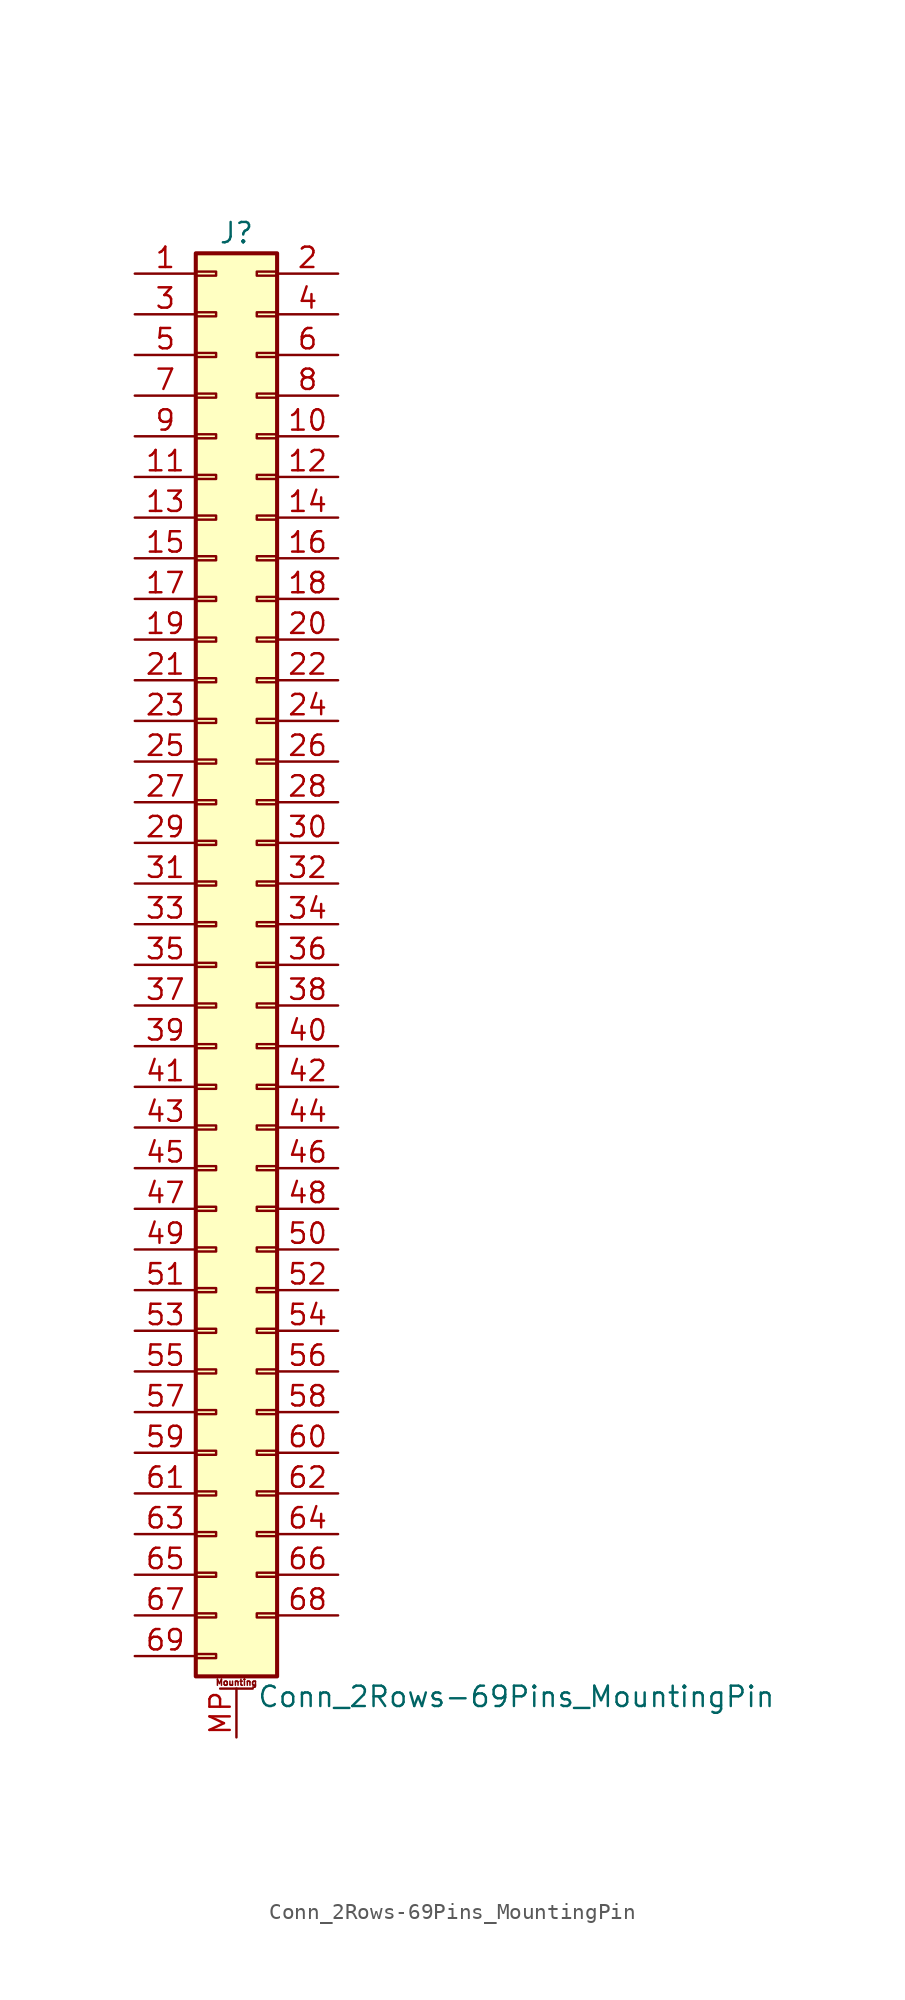
<source format=kicad_sym>
(kicad_symbol_lib
  (version 20201005)
  (generator kicad_symbol_editor)
  (symbol "Connector_Generic_MountingPin:Conn_2Rows-69Pins_MountingPin"
    (pin_names
      (offset 1.016) hide)
    (property "Reference" "J"
      (at 1.27 45.72 0)
      (effects (font (size 1.27 1.27))))
    (property "Value" "Conn_2Rows-69Pins_MountingPin"
      (at 2.54 -45.72 0)
      (effects (font (size 1.27 1.27)) (justify left)))
    (symbol "Conn_2Rows-69Pins_MountingPin_1_1"
      (text "Mounting" (at 1.27 -44.831 0) (effects (font (size 0.381 0.381))))
      (rectangle (start -1.27 -27.813) (end 0 -28.067) (stroke (width 0.152)) (fill (type none)))
      (rectangle (start -1.27 -30.353) (end 0 -30.607) (stroke (width 0.152)) (fill (type none)))
      (rectangle (start -1.27 -32.893) (end 0 -33.147) (stroke (width 0.152)) (fill (type none)))
      (rectangle (start -1.27 -35.433) (end 0 -35.687) (stroke (width 0.152)) (fill (type none)))
      (rectangle (start -1.27 -37.973) (end 0 -38.227) (stroke (width 0.152)) (fill (type none)))
      (rectangle (start -1.27 -40.513) (end 0 -40.767) (stroke (width 0.152)) (fill (type none)))
      (rectangle (start -1.27 -43.053) (end 0 -43.307) (stroke (width 0.152)) (fill (type none)))
      (rectangle (start -1.27 -4.953) (end 0 -5.207) (stroke (width 0.152)) (fill (type none)))
      (rectangle (start -1.27 -7.493) (end 0 -7.747) (stroke (width 0.152)) (fill (type none)))
      (rectangle (start -1.27 -10.033) (end 0 -10.287) (stroke (width 0.152)) (fill (type none)))
      (rectangle (start -1.27 -12.573) (end 0 -12.827) (stroke (width 0.152)) (fill (type none)))
      (rectangle (start -1.27 -15.113) (end 0 -15.367) (stroke (width 0.152)) (fill (type none)))
      (rectangle (start -1.27 -17.653) (end 0 -17.907) (stroke (width 0.152)) (fill (type none)))
      (rectangle (start -1.27 -20.193) (end 0 -20.447) (stroke (width 0.152)) (fill (type none)))
      (rectangle (start -1.27 -22.733) (end 0 -22.987) (stroke (width 0.152)) (fill (type none)))
      (rectangle (start -1.27 -2.413) (end 0 -2.667) (stroke (width 0.152)) (fill (type none)))
      (rectangle (start -1.27 -25.273) (end 0 -25.527) (stroke (width 0.152)) (fill (type none)))
      (rectangle (start -1.27 25.527) (end 0 25.273) (stroke (width 0.152)) (fill (type none)))
      (rectangle (start -1.27 2.667) (end 0 2.413) (stroke (width 0.152)) (fill (type none)))
      (rectangle (start -1.27 28.067) (end 0 27.813) (stroke (width 0.152)) (fill (type none)))
      (rectangle (start -1.27 30.607) (end 0 30.353) (stroke (width 0.152)) (fill (type none)))
      (rectangle (start -1.27 33.147) (end 0 32.893) (stroke (width 0.152)) (fill (type none)))
      (rectangle (start -1.27 35.687) (end 0 35.433) (stroke (width 0.152)) (fill (type none)))
      (rectangle (start -1.27 38.227) (end 0 37.973) (stroke (width 0.152)) (fill (type none)))
      (rectangle (start -1.27 40.767) (end 0 40.513) (stroke (width 0.152)) (fill (type none)))
      (rectangle (start -1.27 43.307) (end 0 43.053) (stroke (width 0.152)) (fill (type none)))
      (rectangle (start -1.27 44.45) (end 3.81 -44.45) (stroke (width 0.254)) (fill (type background)))
      (rectangle (start -1.27 5.207) (end 0 4.953) (stroke (width 0.152)) (fill (type none)))
      (rectangle (start -1.27 7.747) (end 0 7.493) (stroke (width 0.152)) (fill (type none)))
      (rectangle (start -1.27 10.287) (end 0 10.033) (stroke (width 0.152)) (fill (type none)))
      (rectangle (start -1.27 0.127) (end 0 -0.127) (stroke (width 0.152)) (fill (type none)))
      (rectangle (start -1.27 12.827) (end 0 12.573) (stroke (width 0.152)) (fill (type none)))
      (rectangle (start -1.27 15.367) (end 0 15.113) (stroke (width 0.152)) (fill (type none)))
      (rectangle (start -1.27 17.907) (end 0 17.653) (stroke (width 0.152)) (fill (type none)))
      (rectangle (start -1.27 20.447) (end 0 20.193) (stroke (width 0.152)) (fill (type none)))
      (rectangle (start -1.27 22.987) (end 0 22.733) (stroke (width 0.152)) (fill (type none)))
      (rectangle (start 3.81 -27.813) (end 2.54 -28.067) (stroke (width 0.152)) (fill (type none)))
      (rectangle (start 3.81 -30.353) (end 2.54 -30.607) (stroke (width 0.152)) (fill (type none)))
      (rectangle (start 3.81 -32.893) (end 2.54 -33.147) (stroke (width 0.152)) (fill (type none)))
      (rectangle (start 3.81 -35.433) (end 2.54 -35.687) (stroke (width 0.152)) (fill (type none)))
      (rectangle (start 3.81 -37.973) (end 2.54 -38.227) (stroke (width 0.152)) (fill (type none)))
      (rectangle (start 3.81 -40.513) (end 2.54 -40.767) (stroke (width 0.152)) (fill (type none)))
      (rectangle (start 3.81 -4.953) (end 2.54 -5.207) (stroke (width 0.152)) (fill (type none)))
      (rectangle (start 3.81 -7.493) (end 2.54 -7.747) (stroke (width 0.152)) (fill (type none)))
      (rectangle (start 3.81 -10.033) (end 2.54 -10.287) (stroke (width 0.152)) (fill (type none)))
      (rectangle (start 3.81 -12.573) (end 2.54 -12.827) (stroke (width 0.152)) (fill (type none)))
      (rectangle (start 3.81 -15.113) (end 2.54 -15.367) (stroke (width 0.152)) (fill (type none)))
      (rectangle (start 3.81 -17.653) (end 2.54 -17.907) (stroke (width 0.152)) (fill (type none)))
      (rectangle (start 3.81 -20.193) (end 2.54 -20.447) (stroke (width 0.152)) (fill (type none)))
      (rectangle (start 3.81 -22.733) (end 2.54 -22.987) (stroke (width 0.152)) (fill (type none)))
      (rectangle (start 3.81 -2.413) (end 2.54 -2.667) (stroke (width 0.152)) (fill (type none)))
      (rectangle (start 3.81 -25.273) (end 2.54 -25.527) (stroke (width 0.152)) (fill (type none)))
      (rectangle (start 3.81 25.527) (end 2.54 25.273) (stroke (width 0.152)) (fill (type none)))
      (rectangle (start 3.81 2.667) (end 2.54 2.413) (stroke (width 0.152)) (fill (type none)))
      (rectangle (start 3.81 28.067) (end 2.54 27.813) (stroke (width 0.152)) (fill (type none)))
      (rectangle (start 3.81 30.607) (end 2.54 30.353) (stroke (width 0.152)) (fill (type none)))
      (rectangle (start 3.81 33.147) (end 2.54 32.893) (stroke (width 0.152)) (fill (type none)))
      (rectangle (start 3.81 35.687) (end 2.54 35.433) (stroke (width 0.152)) (fill (type none)))
      (rectangle (start 3.81 38.227) (end 2.54 37.973) (stroke (width 0.152)) (fill (type none)))
      (rectangle (start 3.81 40.767) (end 2.54 40.513) (stroke (width 0.152)) (fill (type none)))
      (rectangle (start 3.81 43.307) (end 2.54 43.053) (stroke (width 0.152)) (fill (type none)))
      (rectangle (start 3.81 5.207) (end 2.54 4.953) (stroke (width 0.152)) (fill (type none)))
      (rectangle (start 3.81 7.747) (end 2.54 7.493) (stroke (width 0.152)) (fill (type none)))
      (rectangle (start 3.81 10.287) (end 2.54 10.033) (stroke (width 0.152)) (fill (type none)))
      (rectangle (start 3.81 0.127) (end 2.54 -0.127) (stroke (width 0.152)) (fill (type none)))
      (rectangle (start 3.81 12.827) (end 2.54 12.573) (stroke (width 0.152)) (fill (type none)))
      (rectangle (start 3.81 15.367) (end 2.54 15.113) (stroke (width 0.152)) (fill (type none)))
      (rectangle (start 3.81 17.907) (end 2.54 17.653) (stroke (width 0.152)) (fill (type none)))
      (rectangle (start 3.81 20.447) (end 2.54 20.193) (stroke (width 0.152)) (fill (type none)))
      (rectangle (start 3.81 22.987) (end 2.54 22.733) (stroke (width 0.152)) (fill (type none)))
      (polyline (pts (xy 0.254 -45.212) (xy 2.286 -45.212)) (stroke (width 0.152)) (fill (type none)))
      (pin passive line (at 1.27 -48.26 90) (length 3.048) (name "MountPin" (effects (font (size 1.27 1.27)))) (number "MP" (effects (font (size 1.27 1.27)))))
      (pin passive line (at -5.08 43.18 0) (length 3.81) (name "Pin_1" (effects (font (size 1.27 1.27)))) (number "1" (effects (font (size 1.27 1.27)))))
      (pin passive line (at 7.62 33.02 180) (length 3.81) (name "Pin_10" (effects (font (size 1.27 1.27)))) (number "10" (effects (font (size 1.27 1.27)))))
      (pin passive line (at -5.08 30.48 0) (length 3.81) (name "Pin_11" (effects (font (size 1.27 1.27)))) (number "11" (effects (font (size 1.27 1.27)))))
      (pin passive line (at 7.62 30.48 180) (length 3.81) (name "Pin_12" (effects (font (size 1.27 1.27)))) (number "12" (effects (font (size 1.27 1.27)))))
      (pin passive line (at -5.08 27.94 0) (length 3.81) (name "Pin_13" (effects (font (size 1.27 1.27)))) (number "13" (effects (font (size 1.27 1.27)))))
      (pin passive line (at 7.62 27.94 180) (length 3.81) (name "Pin_14" (effects (font (size 1.27 1.27)))) (number "14" (effects (font (size 1.27 1.27)))))
      (pin passive line (at -5.08 25.4 0) (length 3.81) (name "Pin_15" (effects (font (size 1.27 1.27)))) (number "15" (effects (font (size 1.27 1.27)))))
      (pin passive line (at 7.62 25.4 180) (length 3.81) (name "Pin_16" (effects (font (size 1.27 1.27)))) (number "16" (effects (font (size 1.27 1.27)))))
      (pin passive line (at -5.08 22.86 0) (length 3.81) (name "Pin_17" (effects (font (size 1.27 1.27)))) (number "17" (effects (font (size 1.27 1.27)))))
      (pin passive line (at 7.62 22.86 180) (length 3.81) (name "Pin_18" (effects (font (size 1.27 1.27)))) (number "18" (effects (font (size 1.27 1.27)))))
      (pin passive line (at -5.08 20.32 0) (length 3.81) (name "Pin_19" (effects (font (size 1.27 1.27)))) (number "19" (effects (font (size 1.27 1.27)))))
      (pin passive line (at 7.62 43.18 180) (length 3.81) (name "Pin_2" (effects (font (size 1.27 1.27)))) (number "2" (effects (font (size 1.27 1.27)))))
      (pin passive line (at 7.62 20.32 180) (length 3.81) (name "Pin_20" (effects (font (size 1.27 1.27)))) (number "20" (effects (font (size 1.27 1.27)))))
      (pin passive line (at -5.08 17.78 0) (length 3.81) (name "Pin_21" (effects (font (size 1.27 1.27)))) (number "21" (effects (font (size 1.27 1.27)))))
      (pin passive line (at 7.62 17.78 180) (length 3.81) (name "Pin_22" (effects (font (size 1.27 1.27)))) (number "22" (effects (font (size 1.27 1.27)))))
      (pin passive line (at -5.08 15.24 0) (length 3.81) (name "Pin_23" (effects (font (size 1.27 1.27)))) (number "23" (effects (font (size 1.27 1.27)))))
      (pin passive line (at 7.62 15.24 180) (length 3.81) (name "Pin_24" (effects (font (size 1.27 1.27)))) (number "24" (effects (font (size 1.27 1.27)))))
      (pin passive line (at -5.08 12.7 0) (length 3.81) (name "Pin_25" (effects (font (size 1.27 1.27)))) (number "25" (effects (font (size 1.27 1.27)))))
      (pin passive line (at 7.62 12.7 180) (length 3.81) (name "Pin_26" (effects (font (size 1.27 1.27)))) (number "26" (effects (font (size 1.27 1.27)))))
      (pin passive line (at -5.08 10.16 0) (length 3.81) (name "Pin_27" (effects (font (size 1.27 1.27)))) (number "27" (effects (font (size 1.27 1.27)))))
      (pin passive line (at 7.62 10.16 180) (length 3.81) (name "Pin_28" (effects (font (size 1.27 1.27)))) (number "28" (effects (font (size 1.27 1.27)))))
      (pin passive line (at -5.08 7.62 0) (length 3.81) (name "Pin_29" (effects (font (size 1.27 1.27)))) (number "29" (effects (font (size 1.27 1.27)))))
      (pin passive line (at -5.08 40.64 0) (length 3.81) (name "Pin_3" (effects (font (size 1.27 1.27)))) (number "3" (effects (font (size 1.27 1.27)))))
      (pin passive line (at 7.62 7.62 180) (length 3.81) (name "Pin_30" (effects (font (size 1.27 1.27)))) (number "30" (effects (font (size 1.27 1.27)))))
      (pin passive line (at -5.08 5.08 0) (length 3.81) (name "Pin_31" (effects (font (size 1.27 1.27)))) (number "31" (effects (font (size 1.27 1.27)))))
      (pin passive line (at 7.62 5.08 180) (length 3.81) (name "Pin_32" (effects (font (size 1.27 1.27)))) (number "32" (effects (font (size 1.27 1.27)))))
      (pin passive line (at -5.08 2.54 0) (length 3.81) (name "Pin_33" (effects (font (size 1.27 1.27)))) (number "33" (effects (font (size 1.27 1.27)))))
      (pin passive line (at 7.62 2.54 180) (length 3.81) (name "Pin_34" (effects (font (size 1.27 1.27)))) (number "34" (effects (font (size 1.27 1.27)))))
      (pin passive line (at -5.08 0 0) (length 3.81) (name "Pin_35" (effects (font (size 1.27 1.27)))) (number "35" (effects (font (size 1.27 1.27)))))
      (pin passive line (at 7.62 0 180) (length 3.81) (name "Pin_36" (effects (font (size 1.27 1.27)))) (number "36" (effects (font (size 1.27 1.27)))))
      (pin passive line (at -5.08 -2.54 0) (length 3.81) (name "Pin_37" (effects (font (size 1.27 1.27)))) (number "37" (effects (font (size 1.27 1.27)))))
      (pin passive line (at 7.62 -2.54 180) (length 3.81) (name "Pin_38" (effects (font (size 1.27 1.27)))) (number "38" (effects (font (size 1.27 1.27)))))
      (pin passive line (at -5.08 -5.08 0) (length 3.81) (name "Pin_39" (effects (font (size 1.27 1.27)))) (number "39" (effects (font (size 1.27 1.27)))))
      (pin passive line (at 7.62 40.64 180) (length 3.81) (name "Pin_4" (effects (font (size 1.27 1.27)))) (number "4" (effects (font (size 1.27 1.27)))))
      (pin passive line (at 7.62 -5.08 180) (length 3.81) (name "Pin_40" (effects (font (size 1.27 1.27)))) (number "40" (effects (font (size 1.27 1.27)))))
      (pin passive line (at -5.08 -7.62 0) (length 3.81) (name "Pin_41" (effects (font (size 1.27 1.27)))) (number "41" (effects (font (size 1.27 1.27)))))
      (pin passive line (at 7.62 -7.62 180) (length 3.81) (name "Pin_42" (effects (font (size 1.27 1.27)))) (number "42" (effects (font (size 1.27 1.27)))))
      (pin passive line (at -5.08 -10.16 0) (length 3.81) (name "Pin_43" (effects (font (size 1.27 1.27)))) (number "43" (effects (font (size 1.27 1.27)))))
      (pin passive line (at 7.62 -10.16 180) (length 3.81) (name "Pin_44" (effects (font (size 1.27 1.27)))) (number "44" (effects (font (size 1.27 1.27)))))
      (pin passive line (at -5.08 -12.7 0) (length 3.81) (name "Pin_45" (effects (font (size 1.27 1.27)))) (number "45" (effects (font (size 1.27 1.27)))))
      (pin passive line (at 7.62 -12.7 180) (length 3.81) (name "Pin_46" (effects (font (size 1.27 1.27)))) (number "46" (effects (font (size 1.27 1.27)))))
      (pin passive line (at -5.08 -15.24 0) (length 3.81) (name "Pin_47" (effects (font (size 1.27 1.27)))) (number "47" (effects (font (size 1.27 1.27)))))
      (pin passive line (at 7.62 -15.24 180) (length 3.81) (name "Pin_48" (effects (font (size 1.27 1.27)))) (number "48" (effects (font (size 1.27 1.27)))))
      (pin passive line (at -5.08 -17.78 0) (length 3.81) (name "Pin_49" (effects (font (size 1.27 1.27)))) (number "49" (effects (font (size 1.27 1.27)))))
      (pin passive line (at -5.08 38.1 0) (length 3.81) (name "Pin_5" (effects (font (size 1.27 1.27)))) (number "5" (effects (font (size 1.27 1.27)))))
      (pin passive line (at 7.62 -17.78 180) (length 3.81) (name "Pin_50" (effects (font (size 1.27 1.27)))) (number "50" (effects (font (size 1.27 1.27)))))
      (pin passive line (at -5.08 -20.32 0) (length 3.81) (name "Pin_51" (effects (font (size 1.27 1.27)))) (number "51" (effects (font (size 1.27 1.27)))))
      (pin passive line (at 7.62 -20.32 180) (length 3.81) (name "Pin_52" (effects (font (size 1.27 1.27)))) (number "52" (effects (font (size 1.27 1.27)))))
      (pin passive line (at -5.08 -22.86 0) (length 3.81) (name "Pin_53" (effects (font (size 1.27 1.27)))) (number "53" (effects (font (size 1.27 1.27)))))
      (pin passive line (at 7.62 -22.86 180) (length 3.81) (name "Pin_54" (effects (font (size 1.27 1.27)))) (number "54" (effects (font (size 1.27 1.27)))))
      (pin passive line (at -5.08 -25.4 0) (length 3.81) (name "Pin_55" (effects (font (size 1.27 1.27)))) (number "55" (effects (font (size 1.27 1.27)))))
      (pin passive line (at 7.62 -25.4 180) (length 3.81) (name "Pin_56" (effects (font (size 1.27 1.27)))) (number "56" (effects (font (size 1.27 1.27)))))
      (pin passive line (at -5.08 -27.94 0) (length 3.81) (name "Pin_57" (effects (font (size 1.27 1.27)))) (number "57" (effects (font (size 1.27 1.27)))))
      (pin passive line (at 7.62 -27.94 180) (length 3.81) (name "Pin_58" (effects (font (size 1.27 1.27)))) (number "58" (effects (font (size 1.27 1.27)))))
      (pin passive line (at -5.08 -30.48 0) (length 3.81) (name "Pin_59" (effects (font (size 1.27 1.27)))) (number "59" (effects (font (size 1.27 1.27)))))
      (pin passive line (at 7.62 38.1 180) (length 3.81) (name "Pin_6" (effects (font (size 1.27 1.27)))) (number "6" (effects (font (size 1.27 1.27)))))
      (pin passive line (at 7.62 -30.48 180) (length 3.81) (name "Pin_60" (effects (font (size 1.27 1.27)))) (number "60" (effects (font (size 1.27 1.27)))))
      (pin passive line (at -5.08 -33.02 0) (length 3.81) (name "Pin_61" (effects (font (size 1.27 1.27)))) (number "61" (effects (font (size 1.27 1.27)))))
      (pin passive line (at 7.62 -33.02 180) (length 3.81) (name "Pin_62" (effects (font (size 1.27 1.27)))) (number "62" (effects (font (size 1.27 1.27)))))
      (pin passive line (at -5.08 -35.56 0) (length 3.81) (name "Pin_63" (effects (font (size 1.27 1.27)))) (number "63" (effects (font (size 1.27 1.27)))))
      (pin passive line (at 7.62 -35.56 180) (length 3.81) (name "Pin_64" (effects (font (size 1.27 1.27)))) (number "64" (effects (font (size 1.27 1.27)))))
      (pin passive line (at -5.08 -38.1 0) (length 3.81) (name "Pin_65" (effects (font (size 1.27 1.27)))) (number "65" (effects (font (size 1.27 1.27)))))
      (pin passive line (at 7.62 -38.1 180) (length 3.81) (name "Pin_66" (effects (font (size 1.27 1.27)))) (number "66" (effects (font (size 1.27 1.27)))))
      (pin passive line (at -5.08 -40.64 0) (length 3.81) (name "Pin_67" (effects (font (size 1.27 1.27)))) (number "67" (effects (font (size 1.27 1.27)))))
      (pin passive line (at 7.62 -40.64 180) (length 3.81) (name "Pin_68" (effects (font (size 1.27 1.27)))) (number "68" (effects (font (size 1.27 1.27)))))
      (pin passive line (at -5.08 -43.18 0) (length 3.81) (name "Pin_69" (effects (font (size 1.27 1.27)))) (number "69" (effects (font (size 1.27 1.27)))))
      (pin passive line (at -5.08 35.56 0) (length 3.81) (name "Pin_7" (effects (font (size 1.27 1.27)))) (number "7" (effects (font (size 1.27 1.27)))))
      (pin passive line (at 7.62 35.56 180) (length 3.81) (name "Pin_8" (effects (font (size 1.27 1.27)))) (number "8" (effects (font (size 1.27 1.27)))))
      (pin passive line (at -5.08 33.02 0) (length 3.81) (name "Pin_9" (effects (font (size 1.27 1.27)))) (number "9" (effects (font (size 1.27 1.27))))))))
</source>
